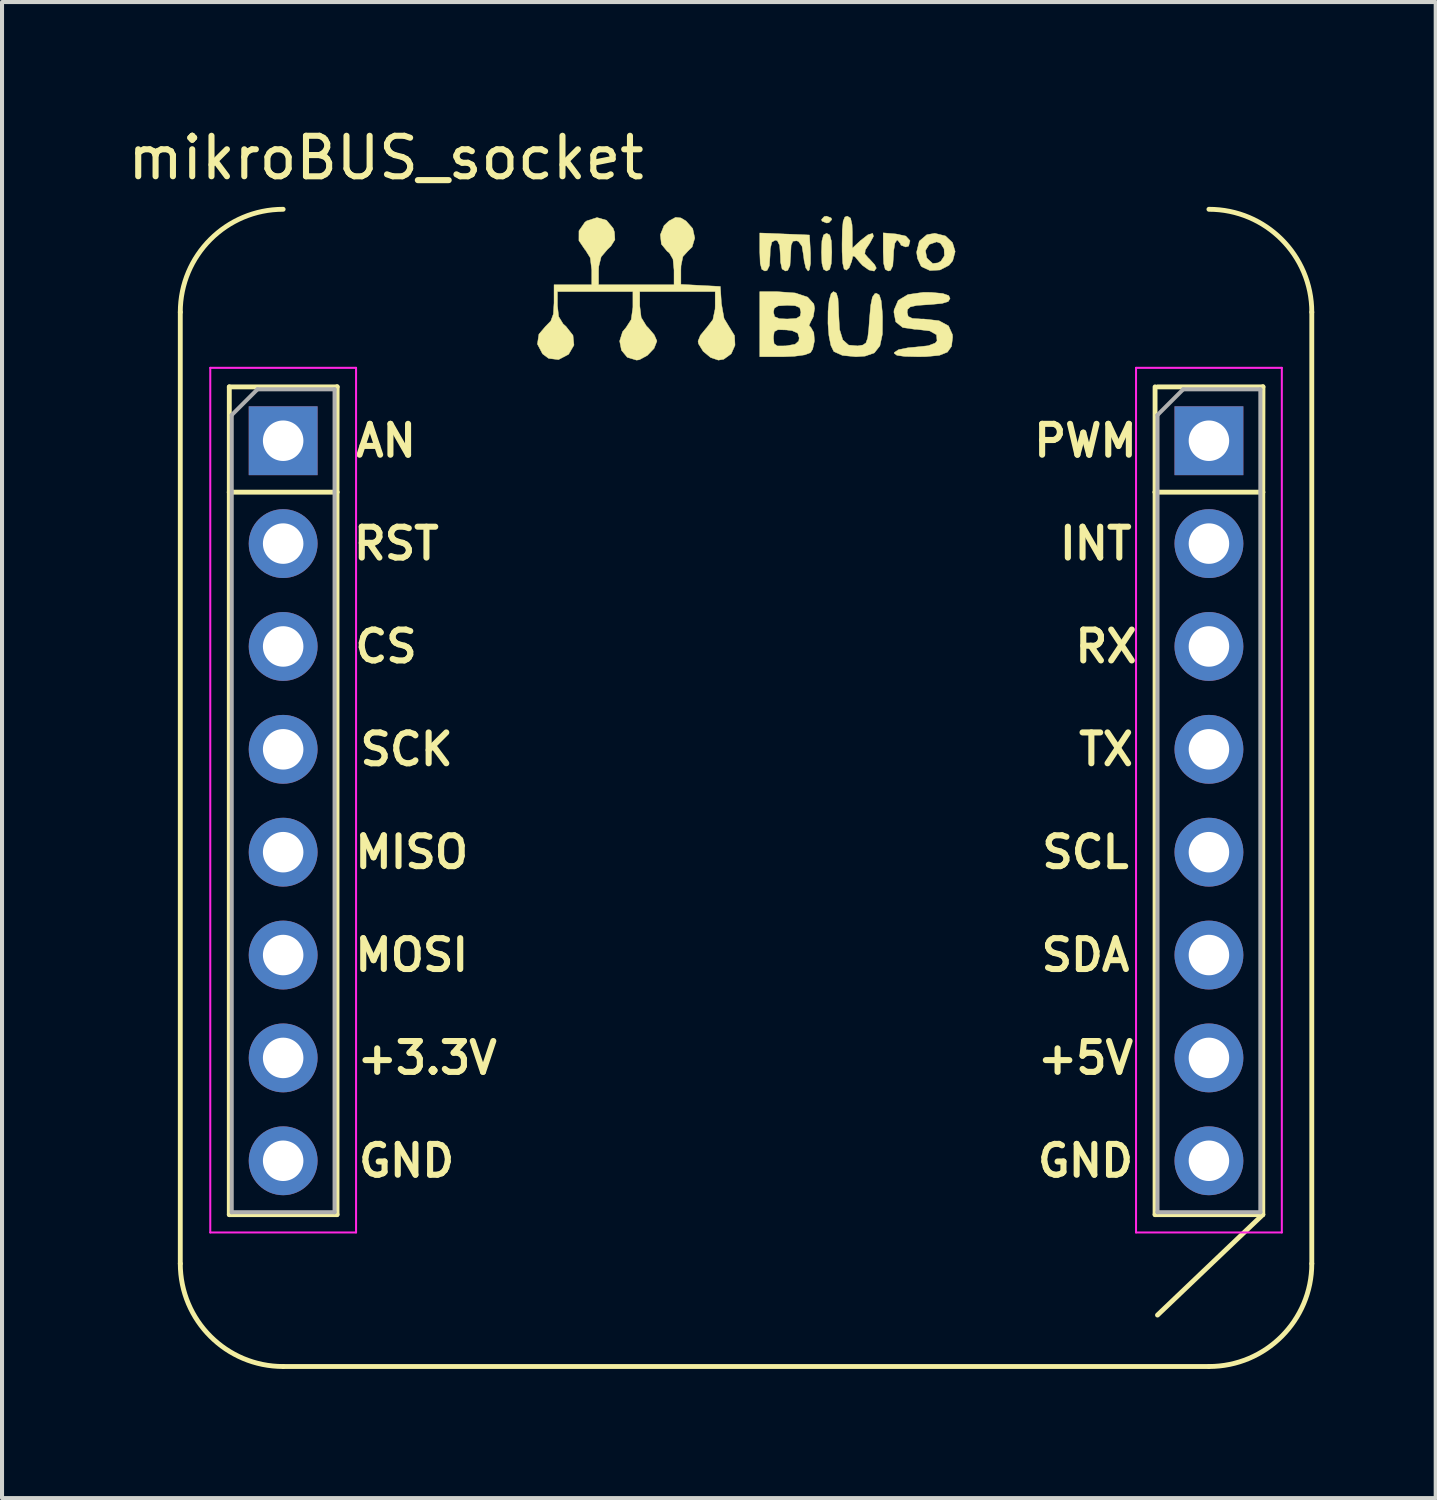
<source format=kicad_pcb>
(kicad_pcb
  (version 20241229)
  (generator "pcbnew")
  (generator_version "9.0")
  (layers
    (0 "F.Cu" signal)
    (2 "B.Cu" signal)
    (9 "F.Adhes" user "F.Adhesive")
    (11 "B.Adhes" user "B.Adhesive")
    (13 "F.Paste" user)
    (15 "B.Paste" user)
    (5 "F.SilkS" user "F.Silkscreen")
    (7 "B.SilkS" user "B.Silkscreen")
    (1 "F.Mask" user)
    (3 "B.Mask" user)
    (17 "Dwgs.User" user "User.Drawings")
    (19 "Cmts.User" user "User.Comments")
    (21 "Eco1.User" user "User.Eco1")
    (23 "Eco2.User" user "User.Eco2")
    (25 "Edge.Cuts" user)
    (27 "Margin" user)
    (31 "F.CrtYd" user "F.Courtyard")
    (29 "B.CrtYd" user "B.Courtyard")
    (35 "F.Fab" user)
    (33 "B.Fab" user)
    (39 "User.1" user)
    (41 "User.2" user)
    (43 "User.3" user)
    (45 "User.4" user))
  (footprint "mikroBUS_socket"
    (layer "F.Cu")
    (at 15.372 30.693)
    (property "Reference" "mikroBUS_socket" (at -8.89 -29.845 0) (layer "F.SilkS") (effects (font (size 1 1) (thickness 0.15))))
    (attr through_hole)
    (fp_line (start -13.97 -2.54) (end -13.97 -26.035) (stroke (width 0.12) (type solid)) (layer "F.SilkS"))
    (fp_line (start -12.76 -24.19) (end -10.097 -24.19) (stroke (width 0.12) (type solid)) (layer "F.SilkS"))
    (fp_line (start -12.76 -21.59) (end -12.76 -24.19) (stroke (width 0.12) (type solid)) (layer "F.SilkS"))
    (fp_line (start -12.76 -21.59) (end -12.76 -3.75) (stroke (width 0.12) (type solid)) (layer "F.SilkS"))
    (fp_line (start -12.76 -21.59) (end -10.1 -21.59) (stroke (width 0.12) (type solid)) (layer "F.SilkS"))
    (fp_line (start -12.76 -3.75) (end -10.1 -3.75) (stroke (width 0.12) (type solid)) (layer "F.SilkS"))
    (fp_line (start -11.43 0) (end 11.43 0) (stroke (width 0.12) (type solid)) (layer "F.SilkS"))
    (fp_line (start -10.1 -21.59) (end -10.1 -3.75) (stroke (width 0.12) (type solid)) (layer "F.SilkS"))
    (fp_line (start -10.1 -21.59) (end -10.097 -24.194) (stroke (width 0.12) (type solid)) (layer "F.SilkS"))
    (fp_line (start 10.1 -21.59) (end 10.1 -24.19) (stroke (width 0.12) (type solid)) (layer "F.SilkS"))
    (fp_line (start 10.1 -21.59) (end 10.1 -3.75) (stroke (width 0.12) (type solid)) (layer "F.SilkS"))
    (fp_line (start 10.1 -21.59) (end 12.76 -21.59) (stroke (width 0.12) (type solid)) (layer "F.SilkS"))
    (fp_line (start 10.1 -3.75) (end 12.76 -3.75) (stroke (width 0.12) (type solid)) (layer "F.SilkS"))
    (fp_line (start 10.164 -24.19) (end 12.764 -24.19) (stroke (width 0.12) (type solid)) (layer "F.SilkS"))
    (fp_line (start 12.76 -21.59) (end 12.76 -3.75) (stroke (width 0.12) (type solid)) (layer "F.SilkS"))
    (fp_line (start 12.76 -21.59) (end 12.764 -24.194) (stroke (width 0.12) (type solid)) (layer "F.SilkS"))
    (fp_line (start 12.76 -3.75) (end 10.16 -1.27) (stroke (width 0.12) (type solid)) (layer "F.SilkS"))
    (fp_line (start 13.97 -2.54) (end 13.97 -26.035) (stroke (width 0.12) (type solid)) (layer "F.SilkS"))
    (fp_arc (start -13.97 -26.035) (mid -13.226051 -27.831051) (end -11.43 -28.575) (stroke (width 0.12) (type solid)) (layer "F.SilkS"))
    (fp_arc (start -11.43 0) (mid -13.226051 -0.743949) (end -13.97 -2.54) (stroke (width 0.12) (type solid)) (layer "F.SilkS"))
    (fp_arc (start 11.43 -28.575) (mid 13.226051 -27.831051) (end 13.97 -26.035) (stroke (width 0.12) (type solid)) (layer "F.SilkS"))
    (fp_arc (start 13.97 -2.54) (mid 13.226051 -0.743949) (end 11.43 0) (stroke (width 0.12) (type solid)) (layer "F.SilkS"))
    (fp_poly (pts (xy 2.102 -28.36) (xy 2.117 -28.321) (xy 2.048 -28.246) (xy 1.99 -28.236) (xy 1.877 -28.282) (xy 1.863 -28.321) (xy 1.931 -28.396) (xy 1.99 -28.406) (xy 2.102 -28.36)) (stroke (width 0.01) (type solid)) (fill yes) (layer "F.SilkS"))
    (fp_poly (pts (xy 2.066 -27.941) (xy 2.106 -27.794) (xy 2.117 -27.517) (xy 2.105 -27.236) (xy 2.065 -27.091) (xy 1.99 -27.051) (xy 1.913 -27.093) (xy 1.874 -27.24) (xy 1.863 -27.517) (xy 1.874 -27.797) (xy 1.914 -27.942) (xy 1.99 -27.982) (xy 2.066 -27.941)) (stroke (width 0.01) (type solid)) (fill yes) (layer "F.SilkS"))
    (fp_poly (pts (xy 3.703 -27.966) (xy 3.945 -27.914) (xy 4.046 -27.804) (xy 4.048 -27.792) (xy 4.015 -27.666) (xy 3.943 -27.644) (xy 3.827 -27.688) (xy 3.81 -27.728) (xy 3.746 -27.811) (xy 3.725 -27.813) (xy 3.675 -27.737) (xy 3.645 -27.546) (xy 3.641 -27.432) (xy 3.624 -27.181) (xy 3.568 -27.066) (xy 3.514 -27.051) (xy 3.437 -27.092) (xy 3.398 -27.238) (xy 3.387 -27.52) (xy 3.387 -27.993) (xy 3.703 -27.966)) (stroke (width 0.01) (type solid)) (fill yes) (layer "F.SilkS"))
    (fp_poly (pts (xy 4.924 -27.917) (xy 5.098 -27.752) (xy 5.164 -27.532) (xy 5.103 -27.303) (xy 5.01 -27.191) (xy 4.788 -27.076) (xy 4.54 -27.063) (xy 4.34 -27.155) (xy 4.318 -27.178) (xy 4.234 -27.361) (xy 4.212 -27.517) (xy 4.222 -27.559) (xy 4.43 -27.559) (xy 4.46 -27.384) (xy 4.481 -27.354) (xy 4.61 -27.237) (xy 4.738 -27.252) (xy 4.812 -27.295) (xy 4.898 -27.427) (xy 4.89 -27.599) (xy 4.804 -27.736) (xy 4.708 -27.771) (xy 4.524 -27.708) (xy 4.43 -27.559) (xy 4.222 -27.559) (xy 4.278 -27.789) (xy 4.464 -27.947) (xy 4.661 -27.982) (xy 4.924 -27.917)) (stroke (width 0.01) (type solid)) (fill yes) (layer "F.SilkS"))
    (fp_poly (pts (xy 2.58 -28.358) (xy 2.618 -28.193) (xy 2.625 -28.01) (xy 2.625 -27.614) (xy 2.821 -27.798) (xy 3.011 -27.946) (xy 3.127 -27.981) (xy 3.147 -27.908) (xy 3.056 -27.739) (xy 2.945 -27.573) (xy 2.933 -27.474) (xy 3.017 -27.376) (xy 3.05 -27.345) (xy 3.175 -27.208) (xy 3.217 -27.123) (xy 3.164 -27.049) (xy 3.035 -27.076) (xy 2.879 -27.187) (xy 2.806 -27.266) (xy 2.689 -27.407) (xy 2.638 -27.421) (xy 2.613 -27.312) (xy 2.61 -27.294) (xy 2.546 -27.13) (xy 2.477 -27.072) (xy 2.421 -27.1) (xy 2.387 -27.244) (xy 2.372 -27.525) (xy 2.371 -27.721) (xy 2.377 -28.071) (xy 2.398 -28.281) (xy 2.44 -28.383) (xy 2.498 -28.406) (xy 2.58 -28.358)) (stroke (width 0.01) (type solid)) (fill yes) (layer "F.SilkS"))
    (fp_poly (pts (xy 1.566 -27.94) (xy 1.592 -27.495) (xy 1.592 -27.237) (xy 1.563 -27.08) (xy 1.533 -27.051) (xy 1.476 -27.126) (xy 1.433 -27.316) (xy 1.423 -27.41) (xy 1.382 -27.663) (xy 1.296 -27.781) (xy 1.249 -27.797) (xy 1.157 -27.787) (xy 1.113 -27.687) (xy 1.101 -27.458) (xy 1.101 -27.438) (xy 1.085 -27.185) (xy 1.03 -27.068) (xy 0.974 -27.051) (xy 0.89 -27.101) (xy 0.852 -27.27) (xy 0.847 -27.432) (xy 0.83 -27.683) (xy 0.774 -27.798) (xy 0.72 -27.813) (xy 0.636 -27.763) (xy 0.598 -27.594) (xy 0.593 -27.432) (xy 0.576 -27.181) (xy 0.52 -27.066) (xy 0.466 -27.051) (xy 0.389 -27.093) (xy 0.35 -27.238) (xy 0.339 -27.52) (xy 0.339 -27.99) (xy 1.566 -27.94)) (stroke (width 0.01) (type solid)) (fill yes) (layer "F.SilkS"))
    (fp_poly (pts (xy 2.231 -26.505) (xy 2.271 -26.372) (xy 2.285 -26.11) (xy 2.286 -26.009) (xy 2.31 -25.607) (xy 2.389 -25.351) (xy 2.533 -25.222) (xy 2.753 -25.202) (xy 2.756 -25.202) (xy 2.883 -25.223) (xy 2.961 -25.276) (xy 3.004 -25.397) (xy 3.031 -25.623) (xy 3.048 -25.866) (xy 3.079 -26.206) (xy 3.12 -26.406) (xy 3.18 -26.492) (xy 3.217 -26.501) (xy 3.29 -26.46) (xy 3.336 -26.32) (xy 3.363 -26.05) (xy 3.37 -25.921) (xy 3.367 -25.492) (xy 3.305 -25.203) (xy 3.168 -25.029) (xy 2.939 -24.949) (xy 2.713 -24.934) (xy 2.38 -24.967) (xy 2.173 -25.06) (xy 2.165 -25.067) (xy 2.094 -25.215) (xy 2.046 -25.459) (xy 2.023 -25.755) (xy 2.025 -26.056) (xy 2.051 -26.318) (xy 2.101 -26.494) (xy 2.159 -26.543) (xy 2.231 -26.505)) (stroke (width 0.01) (type solid)) (fill yes) (layer "F.SilkS"))
    (fp_poly (pts (xy 4.572 -26.523) (xy 4.857 -26.496) (xy 5.003 -26.445) (xy 5.038 -26.374) (xy 4.994 -26.298) (xy 4.844 -26.251) (xy 4.558 -26.224) (xy 4.508 -26.221) (xy 4.216 -26.201) (xy 4.056 -26.165) (xy 3.989 -26.102) (xy 3.979 -26.031) (xy 4.004 -25.93) (xy 4.105 -25.881) (xy 4.325 -25.866) (xy 4.386 -25.866) (xy 4.764 -25.824) (xy 5 -25.696) (xy 5.098 -25.479) (xy 5.101 -25.415) (xy 5.074 -25.191) (xy 4.973 -25.048) (xy 4.772 -24.968) (xy 4.443 -24.937) (xy 4.258 -24.934) (xy 3.918 -24.942) (xy 3.726 -24.969) (xy 3.659 -25.018) (xy 3.661 -25.04) (xy 3.765 -25.108) (xy 4.002 -25.156) (xy 4.181 -25.172) (xy 4.499 -25.206) (xy 4.673 -25.273) (xy 4.716 -25.328) (xy 4.703 -25.477) (xy 4.535 -25.572) (xy 4.22 -25.61) (xy 4.18 -25.61) (xy 3.87 -25.655) (xy 3.697 -25.794) (xy 3.651 -26.034) (xy 3.656 -26.091) (xy 3.757 -26.326) (xy 3.998 -26.47) (xy 4.381 -26.525) (xy 4.572 -26.523)) (stroke (width 0.01) (type solid)) (fill yes) (layer "F.SilkS"))
    (fp_poly (pts (xy 1.212 -26.509) (xy 1.521 -26.407) (xy 1.674 -26.238) (xy 1.693 -26.128) (xy 1.661 -25.923) (xy 1.601 -25.807) (xy 1.555 -25.705) (xy 1.601 -25.659) (xy 1.674 -25.529) (xy 1.689 -25.323) (xy 1.645 -25.122) (xy 1.592 -25.036) (xy 1.452 -24.981) (xy 1.19 -24.945) (xy 0.914 -24.934) (xy 0.339 -24.934) (xy 0.339 -25.4) (xy 0.677 -25.4) (xy 0.693 -25.256) (xy 0.774 -25.2) (xy 0.968 -25.202) (xy 0.995 -25.204) (xy 1.211 -25.242) (xy 1.301 -25.323) (xy 1.312 -25.4) (xy 1.276 -25.518) (xy 1.138 -25.578) (xy 0.995 -25.596) (xy 0.787 -25.602) (xy 0.697 -25.553) (xy 0.677 -25.419) (xy 0.677 -25.4) (xy 0.339 -25.4) (xy 0.339 -26.035) (xy 0.677 -26.035) (xy 0.706 -25.924) (xy 0.821 -25.875) (xy 1.016 -25.866) (xy 1.238 -25.88) (xy 1.335 -25.937) (xy 1.355 -26.035) (xy 1.326 -26.146) (xy 1.211 -26.195) (xy 1.016 -26.204) (xy 0.794 -26.19) (xy 0.697 -26.133) (xy 0.677 -26.035) (xy 0.339 -26.035) (xy 0.339 -26.543) (xy 0.749 -26.543) (xy 1.212 -26.509)) (stroke (width 0.01) (type solid)) (fill yes) (layer "F.SilkS"))
    (fp_poly (pts (xy -1.609 -28.362) (xy -1.482 -28.286) (xy -1.317 -28.099) (xy -1.266 -27.864) (xy -1.331 -27.645) (xy -1.439 -27.539) (xy -1.559 -27.407) (xy -1.606 -27.179) (xy -1.609 -27.077) (xy -1.609 -26.721) (xy -1.122 -26.695) (xy -0.635 -26.67) (xy -0.608 -26.248) (xy -0.543 -25.88) (xy -0.418 -25.673) (xy -0.284 -25.457) (xy -0.272 -25.218) (xy -0.366 -25.006) (xy -0.551 -24.872) (xy -0.683 -24.85) (xy -0.875 -24.915) (xy -1.06 -25.069) (xy -1.174 -25.254) (xy -1.185 -25.319) (xy -1.127 -25.463) (xy -0.986 -25.635) (xy -0.974 -25.647) (xy -0.819 -25.85) (xy -0.764 -26.113) (xy -0.762 -26.193) (xy -0.762 -26.543) (xy -2.625 -26.543) (xy -2.625 -26.193) (xy -2.589 -25.904) (xy -2.46 -25.693) (xy -2.413 -25.647) (xy -2.268 -25.476) (xy -2.202 -25.327) (xy -2.201 -25.319) (xy -2.271 -25.14) (xy -2.436 -24.967) (xy -2.633 -24.86) (xy -2.703 -24.85) (xy -2.932 -24.919) (xy -3.076 -25.093) (xy -3.121 -25.321) (xy -3.049 -25.552) (xy -2.963 -25.654) (xy -2.836 -25.851) (xy -2.794 -26.156) (xy -2.794 -26.175) (xy -2.794 -26.543) (xy -4.657 -26.543) (xy -4.657 -26.195) (xy -4.627 -25.926) (xy -4.517 -25.745) (xy -4.445 -25.681) (xy -4.273 -25.462) (xy -4.249 -25.221) (xy -4.378 -24.999) (xy -4.388 -24.99) (xy -4.63 -24.863) (xy -4.875 -24.893) (xy -5.025 -25.005) (xy -5.152 -25.247) (xy -5.115 -25.49) (xy -4.953 -25.681) (xy -4.821 -25.816) (xy -4.758 -25.988) (xy -4.741 -26.262) (xy -4.741 -26.28) (xy -4.741 -26.712) (xy -3.81 -26.712) (xy -3.81 -27.075) (xy -3.847 -27.378) (xy -3.967 -27.571) (xy -3.979 -27.582) (xy -4.127 -27.801) (xy -4.126 -28.043) (xy -3.98 -28.255) (xy -3.934 -28.289) (xy -3.68 -28.371) (xy -3.447 -28.305) (xy -3.282 -28.108) (xy -3.249 -28.013) (xy -3.238 -27.823) (xy -3.338 -27.664) (xy -3.416 -27.591) (xy -3.578 -27.401) (xy -3.637 -27.161) (xy -3.641 -27.055) (xy -3.641 -26.712) (xy -1.778 -26.712) (xy -1.778 -27.073) (xy -1.804 -27.343) (xy -1.896 -27.501) (xy -1.947 -27.539) (xy -2.091 -27.715) (xy -2.116 -27.947) (xy -2.025 -28.172) (xy -1.905 -28.286) (xy -1.739 -28.376) (xy -1.609 -28.362)) (stroke (width 0.01) (type solid)) (fill yes) (layer "F.SilkS"))
    (fp_line (start -13.23 -24.66) (end -13.23 -3.31) (stroke (width 0.05) (type solid)) (layer "F.CrtYd"))
    (fp_line (start -13.23 -3.31) (end -9.63 -3.31) (stroke (width 0.05) (type solid)) (layer "F.CrtYd"))
    (fp_line (start -9.63 -24.66) (end -13.23 -24.66) (stroke (width 0.05) (type solid)) (layer "F.CrtYd"))
    (fp_line (start -9.63 -3.31) (end -9.63 -24.66) (stroke (width 0.05) (type solid)) (layer "F.CrtYd"))
    (fp_line (start 9.63 -24.66) (end 9.63 -3.31) (stroke (width 0.05) (type solid)) (layer "F.CrtYd"))
    (fp_line (start 9.63 -3.31) (end 13.23 -3.31) (stroke (width 0.05) (type solid)) (layer "F.CrtYd"))
    (fp_line (start 13.23 -24.66) (end 9.63 -24.66) (stroke (width 0.05) (type solid)) (layer "F.CrtYd"))
    (fp_line (start 13.23 -3.31) (end 13.23 -24.66) (stroke (width 0.05) (type solid)) (layer "F.CrtYd"))
    (fp_line (start -12.7 -23.495) (end -12.065 -24.13) (stroke (width 0.1) (type solid)) (layer "F.Fab"))
    (fp_line (start -12.7 -3.81) (end -12.7 -23.495) (stroke (width 0.1) (type solid)) (layer "F.Fab"))
    (fp_line (start -12.065 -24.13) (end -10.16 -24.13) (stroke (width 0.1) (type solid)) (layer "F.Fab"))
    (fp_line (start -10.16 -24.13) (end -10.16 -3.81) (stroke (width 0.1) (type solid)) (layer "F.Fab"))
    (fp_line (start -10.16 -3.81) (end -12.7 -3.81) (stroke (width 0.1) (type solid)) (layer "F.Fab"))
    (fp_line (start 10.16 -23.495) (end 10.795 -24.13) (stroke (width 0.1) (type solid)) (layer "F.Fab"))
    (fp_line (start 10.16 -3.81) (end 10.16 -23.495) (stroke (width 0.1) (type solid)) (layer "F.Fab"))
    (fp_line (start 10.795 -24.13) (end 12.7 -24.13) (stroke (width 0.1) (type solid)) (layer "F.Fab"))
    (fp_line (start 12.7 -24.13) (end 12.7 -3.81) (stroke (width 0.1) (type solid)) (layer "F.Fab"))
    (fp_line (start 12.7 -3.81) (end 10.16 -3.81) (stroke (width 0.1) (type solid)) (layer "F.Fab"))
    (fp_text user "+3.3V" (at -7.874 -7.62 0) (layer "F.SilkS") (effects (font (size 0.762 0.762) (thickness 0.15))))
    (fp_text user "RST" (at -8.636 -20.32 0) (layer "F.SilkS") (effects (font (size 0.762 0.762) (thickness 0.15))))
    (fp_text user "RX" (at 8.89 -17.78 0) (layer "F.SilkS") (effects (font (size 0.762 0.762) (thickness 0.15))))
    (fp_text user "SCL" (at 8.382 -12.7 0) (layer "F.SilkS") (effects (font (size 0.762 0.762) (thickness 0.15))))
    (fp_text user "SCK" (at -8.382 -15.24 0) (layer "F.SilkS") (effects (font (size 0.762 0.762) (thickness 0.15))))
    (fp_text user "CS" (at -8.89 -17.78 0) (layer "F.SilkS") (effects (font (size 0.762 0.762) (thickness 0.15))))
    (fp_text user "+5V" (at 8.382 -7.62 0) (layer "F.SilkS") (effects (font (size 0.762 0.762) (thickness 0.15))))
    (fp_text user "INT" (at 8.636 -20.32 0) (layer "F.SilkS") (effects (font (size 0.762 0.762) (thickness 0.15))))
    (fp_text user "MISO" (at -8.255 -12.7 0) (layer "F.SilkS") (effects (font (size 0.762 0.762) (thickness 0.15))))
    (fp_text user "SDA" (at 8.382 -10.16 0) (layer "F.SilkS") (effects (font (size 0.762 0.762) (thickness 0.15))))
    (fp_text user "PWM" (at 8.382 -22.86 0) (layer "F.SilkS") (effects (font (size 0.762 0.762) (thickness 0.15))))
    (fp_text user "GND" (at 8.382 -5.08 0) (layer "F.SilkS") (effects (font (size 0.762 0.762) (thickness 0.15))))
    (fp_text user "TX" (at 8.89 -15.24 0) (layer "F.SilkS") (effects (font (size 0.762 0.762) (thickness 0.15))))
    (fp_text user "AN" (at -8.89 -22.86 0) (layer "F.SilkS") (effects (font (size 0.762 0.762) (thickness 0.15))))
    (fp_text user "MOSI" (at -8.255 -10.16 0) (layer "F.SilkS") (effects (font (size 0.762 0.762) (thickness 0.15))))
    (fp_text user "GND" (at -8.382 -5.08 0) (layer "F.SilkS") (effects (font (size 0.762 0.762) (thickness 0.15))))
    (pad "1" thru_hole rect (at -11.43 -22.86) (size 1.7 1.7) (drill 1) (layers "*.Cu" "*.Mask"))
    (pad "2" thru_hole oval (at -11.43 -20.32) (size 1.7 1.7) (drill 1) (layers "*.Cu" "*.Mask"))
    (pad "3" thru_hole oval (at -11.43 -17.78) (size 1.7 1.7) (drill 1) (layers "*.Cu" "*.Mask"))
    (pad "4" thru_hole oval (at -11.43 -15.24) (size 1.7 1.7) (drill 1) (layers "*.Cu" "*.Mask"))
    (pad "5" thru_hole oval (at -11.43 -12.7) (size 1.7 1.7) (drill 1) (layers "*.Cu" "*.Mask"))
    (pad "6" thru_hole oval (at -11.43 -10.16) (size 1.7 1.7) (drill 1) (layers "*.Cu" "*.Mask"))
    (pad "7" thru_hole oval (at -11.43 -7.62) (size 1.7 1.7) (drill 1) (layers "*.Cu" "*.Mask"))
    (pad "8" thru_hole oval (at -11.43 -5.08) (size 1.7 1.7) (drill 1) (layers "*.Cu" "*.Mask"))
    (pad "9" thru_hole oval (at 11.43 -5.08) (size 1.7 1.7) (drill 1) (layers "*.Cu" "*.Mask"))
    (pad "10" thru_hole oval (at 11.43 -7.62) (size 1.7 1.7) (drill 1) (layers "*.Cu" "*.Mask"))
    (pad "11" thru_hole oval (at 11.43 -10.16) (size 1.7 1.7) (drill 1) (layers "*.Cu" "*.Mask"))
    (pad "12" thru_hole oval (at 11.43 -12.7) (size 1.7 1.7) (drill 1) (layers "*.Cu" "*.Mask"))
    (pad "13" thru_hole oval (at 11.43 -15.24) (size 1.7 1.7) (drill 1) (layers "*.Cu" "*.Mask"))
    (pad "14" thru_hole oval (at 11.43 -17.78) (size 1.7 1.7) (drill 1) (layers "*.Cu" "*.Mask"))
    (pad "15" thru_hole oval (at 11.43 -20.32) (size 1.7 1.7) (drill 1) (layers "*.Cu" "*.Mask"))
    (pad "16" thru_hole rect (at 11.43 -22.86) (size 1.7 1.7) (drill 1) (layers "*.Cu" "*.Mask")))
  (gr_rect
    (start -3 -3)
    (end 32.402 33.943)
    (stroke (width 0.1) (type default))
    (fill no)
    (layer "Edge.Cuts")))
</source>
